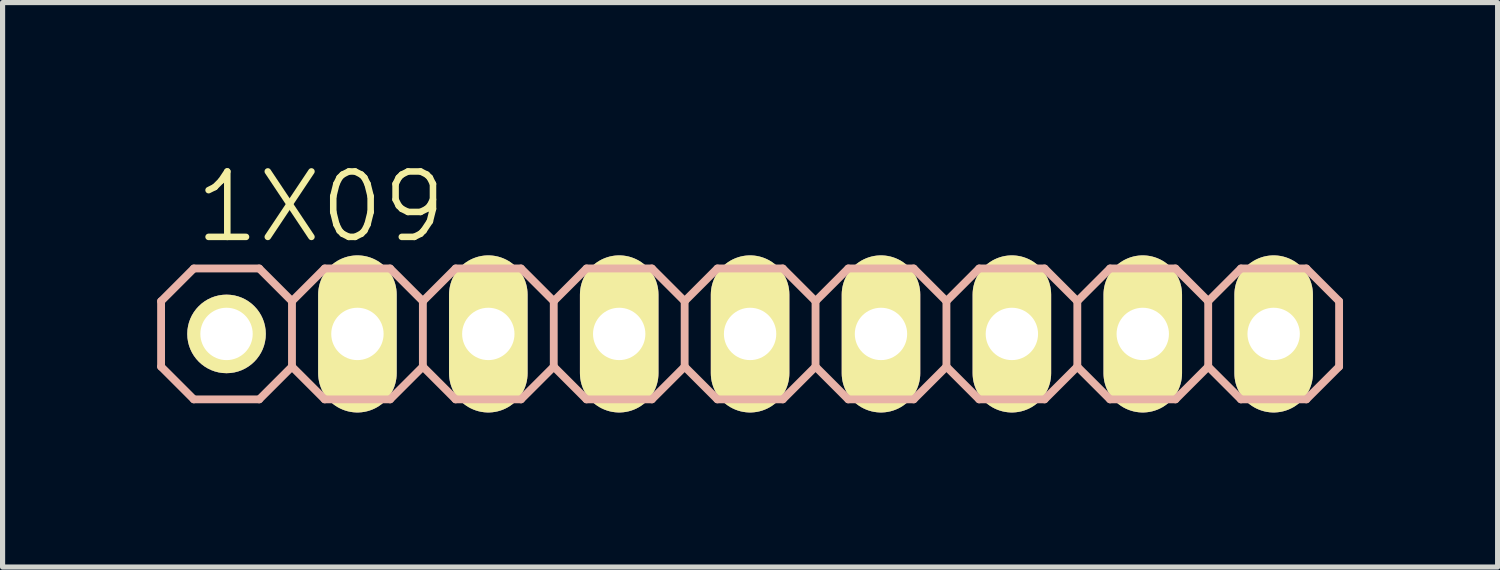
<source format=kicad_pcb>
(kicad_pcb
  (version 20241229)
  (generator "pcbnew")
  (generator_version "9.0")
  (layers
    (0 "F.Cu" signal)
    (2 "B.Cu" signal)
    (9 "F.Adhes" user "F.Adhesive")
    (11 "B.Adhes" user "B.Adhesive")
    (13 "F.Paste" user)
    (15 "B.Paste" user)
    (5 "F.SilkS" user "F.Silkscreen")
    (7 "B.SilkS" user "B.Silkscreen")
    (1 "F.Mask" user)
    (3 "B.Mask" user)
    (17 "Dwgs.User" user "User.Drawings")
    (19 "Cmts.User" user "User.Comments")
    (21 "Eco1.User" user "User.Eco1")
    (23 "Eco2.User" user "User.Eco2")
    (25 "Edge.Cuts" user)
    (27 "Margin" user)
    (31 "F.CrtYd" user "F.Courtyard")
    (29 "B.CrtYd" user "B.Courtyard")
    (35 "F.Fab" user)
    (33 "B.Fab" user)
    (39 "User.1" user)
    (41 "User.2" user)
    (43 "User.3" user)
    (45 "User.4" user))
  (footprint "1X09"
    (layer "F.Cu")
    (at 11.506 3.43)
    (property "Reference" "1X09" (at -8.331 -2.464 0) (layer "F.SilkS") (effects (font (size 1.27 1.27) (thickness 0.127))))
    (attr exclude_from_pos_files exclude_from_bom)
    (fp_line (start -10.414 -0.254) (end -9.906 -0.254) (stroke (width 0.066) (type solid)) (layer "F.SilkS"))
    (fp_line (start -10.414 0.254) (end -10.414 -0.254) (stroke (width 0.066) (type solid)) (layer "F.SilkS"))
    (fp_line (start -10.414 0.254) (end -9.906 0.254) (stroke (width 0.066) (type solid)) (layer "F.SilkS"))
    (fp_line (start -9.906 0.254) (end -9.906 -0.254) (stroke (width 0.066) (type solid)) (layer "F.SilkS"))
    (fp_line (start -7.874 -0.254) (end -7.366 -0.254) (stroke (width 0.066) (type solid)) (layer "F.SilkS"))
    (fp_line (start -7.874 0.254) (end -7.874 -0.254) (stroke (width 0.066) (type solid)) (layer "F.SilkS"))
    (fp_line (start -7.874 0.254) (end -7.366 0.254) (stroke (width 0.066) (type solid)) (layer "F.SilkS"))
    (fp_line (start -7.366 0.254) (end -7.366 -0.254) (stroke (width 0.066) (type solid)) (layer "F.SilkS"))
    (fp_line (start -5.334 -0.254) (end -4.826 -0.254) (stroke (width 0.066) (type solid)) (layer "F.SilkS"))
    (fp_line (start -5.334 0.254) (end -5.334 -0.254) (stroke (width 0.066) (type solid)) (layer "F.SilkS"))
    (fp_line (start -5.334 0.254) (end -4.826 0.254) (stroke (width 0.066) (type solid)) (layer "F.SilkS"))
    (fp_line (start -4.826 0.254) (end -4.826 -0.254) (stroke (width 0.066) (type solid)) (layer "F.SilkS"))
    (fp_line (start -2.794 -0.254) (end -2.286 -0.254) (stroke (width 0.066) (type solid)) (layer "F.SilkS"))
    (fp_line (start -2.794 0.254) (end -2.794 -0.254) (stroke (width 0.066) (type solid)) (layer "F.SilkS"))
    (fp_line (start -2.794 0.254) (end -2.286 0.254) (stroke (width 0.066) (type solid)) (layer "F.SilkS"))
    (fp_line (start -2.286 0.254) (end -2.286 -0.254) (stroke (width 0.066) (type solid)) (layer "F.SilkS"))
    (fp_line (start -0.254 -0.254) (end 0.254 -0.254) (stroke (width 0.066) (type solid)) (layer "F.SilkS"))
    (fp_line (start -0.254 0.254) (end -0.254 -0.254) (stroke (width 0.066) (type solid)) (layer "F.SilkS"))
    (fp_line (start -0.254 0.254) (end 0.254 0.254) (stroke (width 0.066) (type solid)) (layer "F.SilkS"))
    (fp_line (start 0.254 0.254) (end 0.254 -0.254) (stroke (width 0.066) (type solid)) (layer "F.SilkS"))
    (fp_line (start 2.286 -0.254) (end 2.794 -0.254) (stroke (width 0.066) (type solid)) (layer "F.SilkS"))
    (fp_line (start 2.286 0.254) (end 2.286 -0.254) (stroke (width 0.066) (type solid)) (layer "F.SilkS"))
    (fp_line (start 2.286 0.254) (end 2.794 0.254) (stroke (width 0.066) (type solid)) (layer "F.SilkS"))
    (fp_line (start 2.794 0.254) (end 2.794 -0.254) (stroke (width 0.066) (type solid)) (layer "F.SilkS"))
    (fp_line (start 4.826 -0.254) (end 5.334 -0.254) (stroke (width 0.066) (type solid)) (layer "F.SilkS"))
    (fp_line (start 4.826 0.254) (end 4.826 -0.254) (stroke (width 0.066) (type solid)) (layer "F.SilkS"))
    (fp_line (start 4.826 0.254) (end 5.334 0.254) (stroke (width 0.066) (type solid)) (layer "F.SilkS"))
    (fp_line (start 5.334 0.254) (end 5.334 -0.254) (stroke (width 0.066) (type solid)) (layer "F.SilkS"))
    (fp_line (start 7.366 -0.254) (end 7.874 -0.254) (stroke (width 0.066) (type solid)) (layer "F.SilkS"))
    (fp_line (start 7.366 0.254) (end 7.366 -0.254) (stroke (width 0.066) (type solid)) (layer "F.SilkS"))
    (fp_line (start 7.366 0.254) (end 7.874 0.254) (stroke (width 0.066) (type solid)) (layer "F.SilkS"))
    (fp_line (start 7.874 0.254) (end 7.874 -0.254) (stroke (width 0.066) (type solid)) (layer "F.SilkS"))
    (fp_line (start 9.906 -0.254) (end 10.414 -0.254) (stroke (width 0.066) (type solid)) (layer "F.SilkS"))
    (fp_line (start 9.906 0.254) (end 9.906 -0.254) (stroke (width 0.066) (type solid)) (layer "F.SilkS"))
    (fp_line (start 9.906 0.254) (end 10.414 0.254) (stroke (width 0.066) (type solid)) (layer "F.SilkS"))
    (fp_line (start 10.414 0.254) (end 10.414 -0.254) (stroke (width 0.066) (type solid)) (layer "F.SilkS"))
    (fp_line (start -11.43 -0.635) (end -11.43 0.635) (stroke (width 0.152) (type solid)) (layer "B.SilkS"))
    (fp_line (start -11.43 0.635) (end -10.795 1.27) (stroke (width 0.152) (type solid)) (layer "B.SilkS"))
    (fp_line (start -10.795 -1.27) (end -11.43 -0.635) (stroke (width 0.152) (type solid)) (layer "B.SilkS"))
    (fp_line (start -10.795 -1.27) (end -9.525 -1.27) (stroke (width 0.152) (type solid)) (layer "B.SilkS"))
    (fp_line (start -9.525 -1.27) (end -8.89 -0.635) (stroke (width 0.152) (type solid)) (layer "B.SilkS"))
    (fp_line (start -9.525 1.27) (end -10.795 1.27) (stroke (width 0.152) (type solid)) (layer "B.SilkS"))
    (fp_line (start -8.89 -0.635) (end -8.89 0.635) (stroke (width 0.152) (type solid)) (layer "B.SilkS"))
    (fp_line (start -8.89 -0.635) (end -8.255 -1.27) (stroke (width 0.152) (type solid)) (layer "B.SilkS"))
    (fp_line (start -8.89 0.635) (end -9.525 1.27) (stroke (width 0.152) (type solid)) (layer "B.SilkS"))
    (fp_line (start -8.255 -1.27) (end -6.985 -1.27) (stroke (width 0.152) (type solid)) (layer "B.SilkS"))
    (fp_line (start -8.255 1.27) (end -8.89 0.635) (stroke (width 0.152) (type solid)) (layer "B.SilkS"))
    (fp_line (start -6.985 -1.27) (end -6.35 -0.635) (stroke (width 0.152) (type solid)) (layer "B.SilkS"))
    (fp_line (start -6.985 1.27) (end -8.255 1.27) (stroke (width 0.152) (type solid)) (layer "B.SilkS"))
    (fp_line (start -6.35 -0.635) (end -6.35 0.635) (stroke (width 0.152) (type solid)) (layer "B.SilkS"))
    (fp_line (start -6.35 -0.635) (end -5.715 -1.27) (stroke (width 0.152) (type solid)) (layer "B.SilkS"))
    (fp_line (start -6.35 0.635) (end -6.985 1.27) (stroke (width 0.152) (type solid)) (layer "B.SilkS"))
    (fp_line (start -5.715 -1.27) (end -4.445 -1.27) (stroke (width 0.152) (type solid)) (layer "B.SilkS"))
    (fp_line (start -5.715 1.27) (end -6.35 0.635) (stroke (width 0.152) (type solid)) (layer "B.SilkS"))
    (fp_line (start -4.445 -1.27) (end -3.81 -0.635) (stroke (width 0.152) (type solid)) (layer "B.SilkS"))
    (fp_line (start -4.445 1.27) (end -5.715 1.27) (stroke (width 0.152) (type solid)) (layer "B.SilkS"))
    (fp_line (start -3.81 -0.635) (end -3.81 0.635) (stroke (width 0.152) (type solid)) (layer "B.SilkS"))
    (fp_line (start -3.81 0.635) (end -4.445 1.27) (stroke (width 0.152) (type solid)) (layer "B.SilkS"))
    (fp_line (start -3.81 0.635) (end -3.175 1.27) (stroke (width 0.152) (type solid)) (layer "B.SilkS"))
    (fp_line (start -3.175 -1.27) (end -3.81 -0.635) (stroke (width 0.152) (type solid)) (layer "B.SilkS"))
    (fp_line (start -3.175 -1.27) (end -1.905 -1.27) (stroke (width 0.152) (type solid)) (layer "B.SilkS"))
    (fp_line (start -1.905 -1.27) (end -1.27 -0.635) (stroke (width 0.152) (type solid)) (layer "B.SilkS"))
    (fp_line (start -1.905 1.27) (end -3.175 1.27) (stroke (width 0.152) (type solid)) (layer "B.SilkS"))
    (fp_line (start -1.27 -0.635) (end -1.27 0.635) (stroke (width 0.152) (type solid)) (layer "B.SilkS"))
    (fp_line (start -1.27 -0.635) (end -0.635 -1.27) (stroke (width 0.152) (type solid)) (layer "B.SilkS"))
    (fp_line (start -1.27 0.635) (end -1.905 1.27) (stroke (width 0.152) (type solid)) (layer "B.SilkS"))
    (fp_line (start -0.635 -1.27) (end 0.635 -1.27) (stroke (width 0.152) (type solid)) (layer "B.SilkS"))
    (fp_line (start -0.635 1.27) (end -1.27 0.635) (stroke (width 0.152) (type solid)) (layer "B.SilkS"))
    (fp_line (start 0.635 -1.27) (end 1.27 -0.635) (stroke (width 0.152) (type solid)) (layer "B.SilkS"))
    (fp_line (start 0.635 1.27) (end -0.635 1.27) (stroke (width 0.152) (type solid)) (layer "B.SilkS"))
    (fp_line (start 1.27 -0.635) (end 1.27 0.635) (stroke (width 0.152) (type solid)) (layer "B.SilkS"))
    (fp_line (start 1.27 -0.635) (end 1.905 -1.27) (stroke (width 0.152) (type solid)) (layer "B.SilkS"))
    (fp_line (start 1.27 0.635) (end 0.635 1.27) (stroke (width 0.152) (type solid)) (layer "B.SilkS"))
    (fp_line (start 1.905 -1.27) (end 3.175 -1.27) (stroke (width 0.152) (type solid)) (layer "B.SilkS"))
    (fp_line (start 1.905 1.27) (end 1.27 0.635) (stroke (width 0.152) (type solid)) (layer "B.SilkS"))
    (fp_line (start 3.175 -1.27) (end 3.81 -0.635) (stroke (width 0.152) (type solid)) (layer "B.SilkS"))
    (fp_line (start 3.175 1.27) (end 1.905 1.27) (stroke (width 0.152) (type solid)) (layer "B.SilkS"))
    (fp_line (start 3.81 -0.635) (end 3.81 0.635) (stroke (width 0.152) (type solid)) (layer "B.SilkS"))
    (fp_line (start 3.81 0.635) (end 3.175 1.27) (stroke (width 0.152) (type solid)) (layer "B.SilkS"))
    (fp_line (start 3.81 0.635) (end 4.445 1.27) (stroke (width 0.152) (type solid)) (layer "B.SilkS"))
    (fp_line (start 4.445 -1.27) (end 3.81 -0.635) (stroke (width 0.152) (type solid)) (layer "B.SilkS"))
    (fp_line (start 4.445 -1.27) (end 5.715 -1.27) (stroke (width 0.152) (type solid)) (layer "B.SilkS"))
    (fp_line (start 5.715 -1.27) (end 6.35 -0.635) (stroke (width 0.152) (type solid)) (layer "B.SilkS"))
    (fp_line (start 5.715 1.27) (end 4.445 1.27) (stroke (width 0.152) (type solid)) (layer "B.SilkS"))
    (fp_line (start 6.35 -0.635) (end 6.35 0.635) (stroke (width 0.152) (type solid)) (layer "B.SilkS"))
    (fp_line (start 6.35 -0.635) (end 6.985 -1.27) (stroke (width 0.152) (type solid)) (layer "B.SilkS"))
    (fp_line (start 6.35 0.635) (end 5.715 1.27) (stroke (width 0.152) (type solid)) (layer "B.SilkS"))
    (fp_line (start 6.985 -1.27) (end 8.255 -1.27) (stroke (width 0.152) (type solid)) (layer "B.SilkS"))
    (fp_line (start 6.985 1.27) (end 6.35 0.635) (stroke (width 0.152) (type solid)) (layer "B.SilkS"))
    (fp_line (start 8.255 -1.27) (end 8.89 -0.635) (stroke (width 0.152) (type solid)) (layer "B.SilkS"))
    (fp_line (start 8.255 1.27) (end 6.985 1.27) (stroke (width 0.152) (type solid)) (layer "B.SilkS"))
    (fp_line (start 8.89 -0.635) (end 8.89 0.635) (stroke (width 0.152) (type solid)) (layer "B.SilkS"))
    (fp_line (start 8.89 0.635) (end 8.255 1.27) (stroke (width 0.152) (type solid)) (layer "B.SilkS"))
    (fp_line (start 8.89 0.635) (end 9.525 1.27) (stroke (width 0.152) (type solid)) (layer "B.SilkS"))
    (fp_line (start 9.525 -1.27) (end 8.89 -0.635) (stroke (width 0.152) (type solid)) (layer "B.SilkS"))
    (fp_line (start 9.525 -1.27) (end 10.795 -1.27) (stroke (width 0.152) (type solid)) (layer "B.SilkS"))
    (fp_line (start 10.795 -1.27) (end 11.43 -0.635) (stroke (width 0.152) (type solid)) (layer "B.SilkS"))
    (fp_line (start 10.795 1.27) (end 9.525 1.27) (stroke (width 0.152) (type solid)) (layer "B.SilkS"))
    (fp_line (start 11.43 -0.635) (end 11.43 0.635) (stroke (width 0.152) (type solid)) (layer "B.SilkS"))
    (fp_line (start 11.43 0.635) (end 10.795 1.27) (stroke (width 0.152) (type solid)) (layer "B.SilkS"))
    (pad "1" thru_hole circle (at -10.16 0) (size 1.524 1.524) (drill 1.016) (layers "*.Cu" "F.Mask" "F.SilkS" "F.Paste"))
    (pad "2" thru_hole oval (at -7.62 0 180) (size 1.524 3.048) (drill 1.016) (layers "*.Cu" "F.Mask" "F.SilkS" "F.Paste"))
    (pad "3" thru_hole oval (at -5.08 0 180) (size 1.524 3.048) (drill 1.016) (layers "*.Cu" "F.Mask" "F.SilkS" "F.Paste"))
    (pad "4" thru_hole oval (at -2.54 0 180) (size 1.524 3.048) (drill 1.016) (layers "*.Cu" "F.Mask" "F.SilkS" "F.Paste"))
    (pad "5" thru_hole oval (at 0 0 180) (size 1.524 3.048) (drill 1.016) (layers "*.Cu" "F.Mask" "F.SilkS" "F.Paste"))
    (pad "6" thru_hole oval (at 2.54 0 180) (size 1.524 3.048) (drill 1.016) (layers "*.Cu" "F.Mask" "F.SilkS" "F.Paste"))
    (pad "7" thru_hole oval (at 5.08 0 180) (size 1.524 3.048) (drill 1.016) (layers "*.Cu" "F.Mask" "F.SilkS" "F.Paste"))
    (pad "8" thru_hole oval (at 7.62 0 180) (size 1.524 3.048) (drill 1.016) (layers "*.Cu" "F.Mask" "F.SilkS" "F.Paste"))
    (pad "9" thru_hole oval (at 10.16 0 180) (size 1.524 3.048) (drill 1.016) (layers "*.Cu" "F.Mask" "F.SilkS" "F.Paste")))
  (gr_rect
    (start -3 -3)
    (end 26.012 7.954)
    (stroke (width 0.1) (type default))
    (fill no)
    (layer "Edge.Cuts")))
</source>
